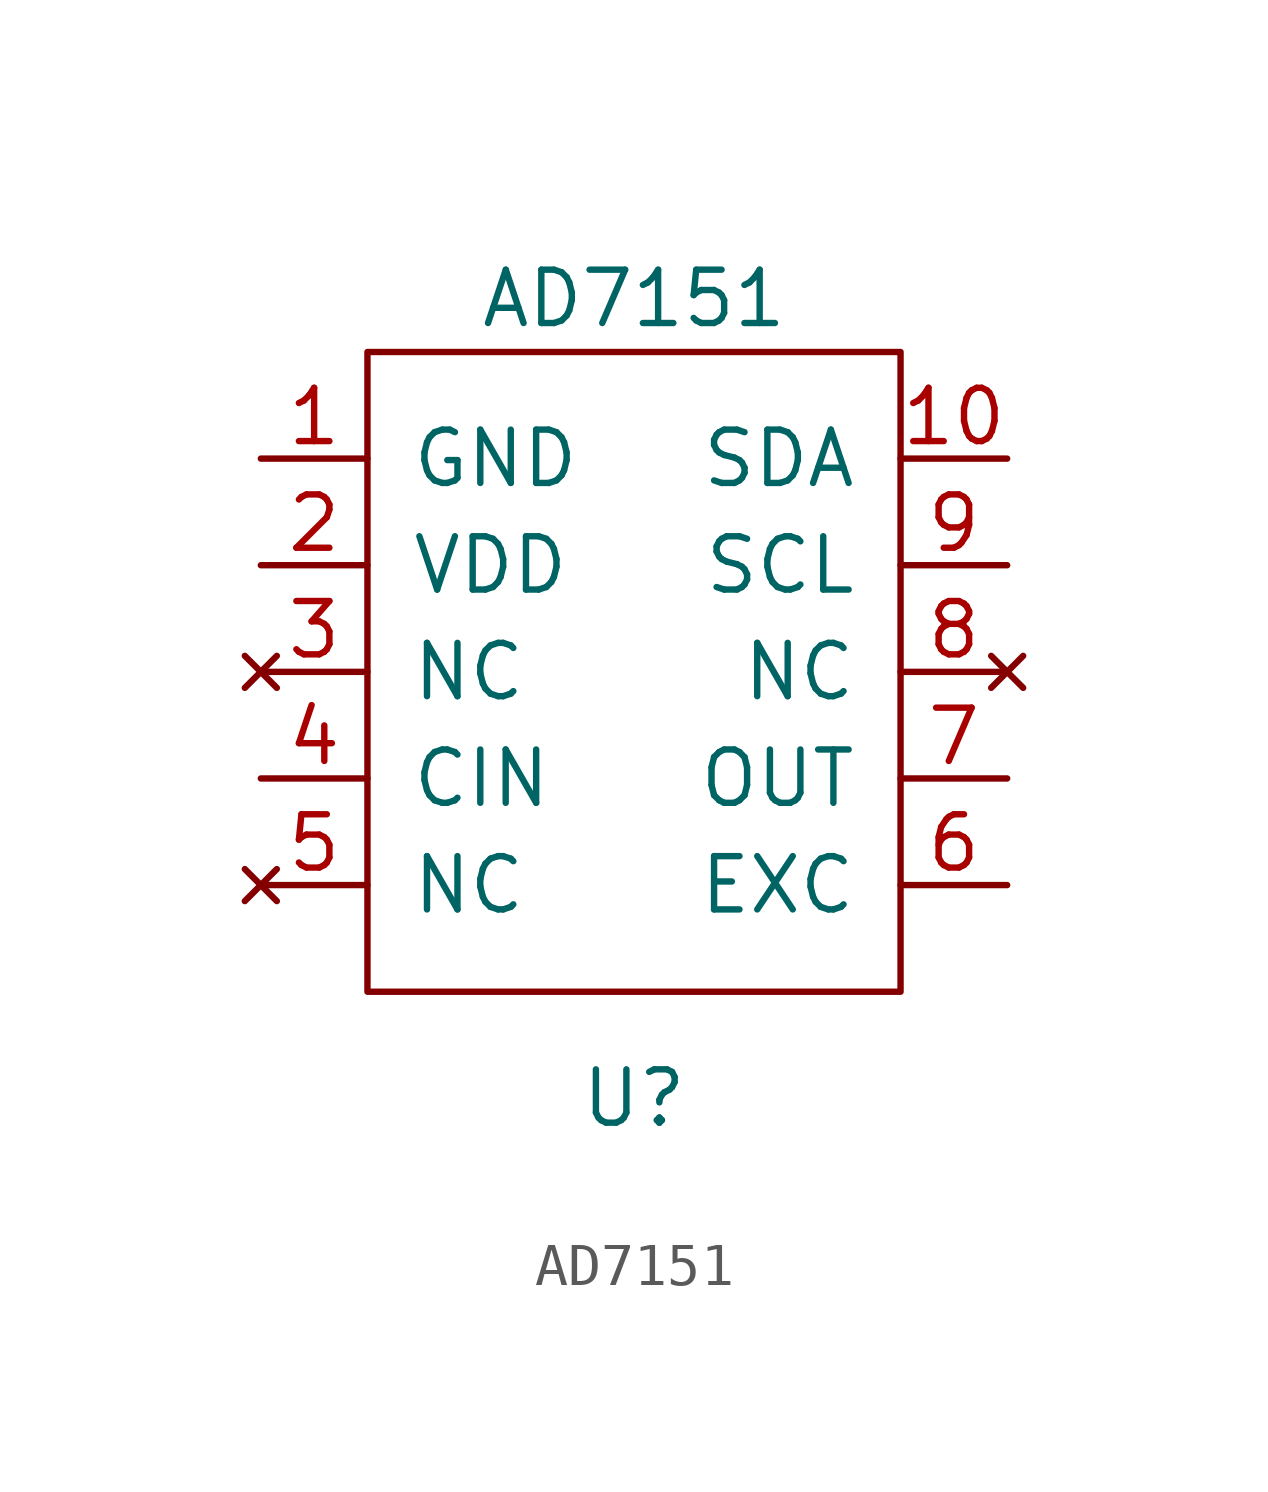
<source format=kicad_sym>
(kicad_symbol_lib
  (version 20211014)
  (generator kicad_symbol_editor)
  (symbol "AD7151"
    (pin_names
      (offset 1.016))
    (property "Reference" "U"
      (at 0 -10.16 0)
      (effects (font (size 1.27 1.27))))
    (property "Value" "AD7151"
      (at 0 8.89 0)
      (effects (font (size 1.27 1.27))))
    (symbol "AD7151_0_1"
      (rectangle (start -6.35 7.62) (end 6.35 -7.62) (stroke (width 0) (type default) (color 0 0 0 0)) (fill (type none))))
    (symbol "AD7151_1_1"
      (pin input line (at -8.89 5.08 0) (length 2.54) (name "GND" (effects (font (size 1.27 1.27)))) (number "1" (effects (font (size 1.27 1.27)))))
      (pin bidirectional line (at 8.89 5.08 180) (length 2.54) (name "SDA" (effects (font (size 1.27 1.27)))) (number "10" (effects (font (size 1.27 1.27)))))
      (pin input line (at -8.89 2.54 0) (length 2.54) (name "VDD" (effects (font (size 1.27 1.27)))) (number "2" (effects (font (size 1.27 1.27)))))
      (pin no_connect line (at -8.89 0 0) (length 2.54) (name "NC" (effects (font (size 1.27 1.27)))) (number "3" (effects (font (size 1.27 1.27)))))
      (pin input line (at -8.89 -2.54 0) (length 2.54) (name "CIN" (effects (font (size 1.27 1.27)))) (number "4" (effects (font (size 1.27 1.27)))))
      (pin no_connect line (at -8.89 -5.08 0) (length 2.54) (name "NC" (effects (font (size 1.27 1.27)))) (number "5" (effects (font (size 1.27 1.27)))))
      (pin output line (at 8.89 -5.08 180) (length 2.54) (name "EXC" (effects (font (size 1.27 1.27)))) (number "6" (effects (font (size 1.27 1.27)))))
      (pin output line (at 8.89 -2.54 180) (length 2.54) (name "OUT" (effects (font (size 1.27 1.27)))) (number "7" (effects (font (size 1.27 1.27)))))
      (pin no_connect line (at 8.89 0 180) (length 2.54) (name "NC" (effects (font (size 1.27 1.27)))) (number "8" (effects (font (size 1.27 1.27)))))
      (pin input line (at 8.89 2.54 180) (length 2.54) (name "SCL" (effects (font (size 1.27 1.27)))) (number "9" (effects (font (size 1.27 1.27))))))))
</source>
